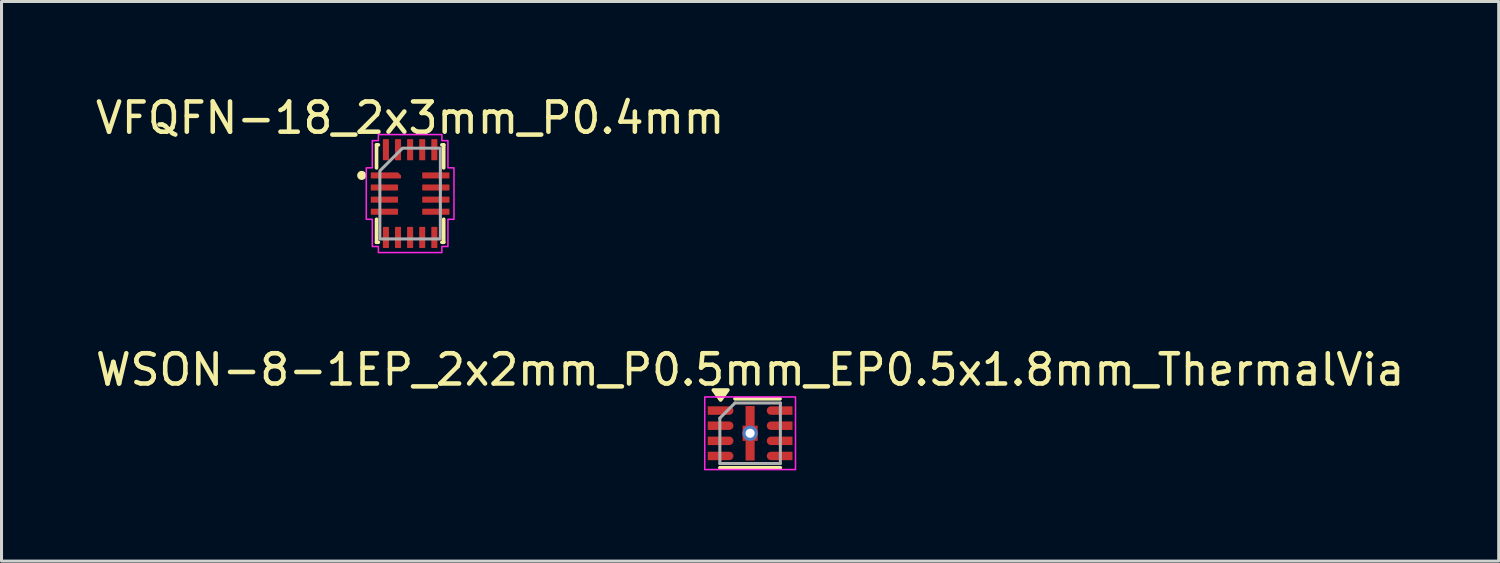
<source format=kicad_pcb>
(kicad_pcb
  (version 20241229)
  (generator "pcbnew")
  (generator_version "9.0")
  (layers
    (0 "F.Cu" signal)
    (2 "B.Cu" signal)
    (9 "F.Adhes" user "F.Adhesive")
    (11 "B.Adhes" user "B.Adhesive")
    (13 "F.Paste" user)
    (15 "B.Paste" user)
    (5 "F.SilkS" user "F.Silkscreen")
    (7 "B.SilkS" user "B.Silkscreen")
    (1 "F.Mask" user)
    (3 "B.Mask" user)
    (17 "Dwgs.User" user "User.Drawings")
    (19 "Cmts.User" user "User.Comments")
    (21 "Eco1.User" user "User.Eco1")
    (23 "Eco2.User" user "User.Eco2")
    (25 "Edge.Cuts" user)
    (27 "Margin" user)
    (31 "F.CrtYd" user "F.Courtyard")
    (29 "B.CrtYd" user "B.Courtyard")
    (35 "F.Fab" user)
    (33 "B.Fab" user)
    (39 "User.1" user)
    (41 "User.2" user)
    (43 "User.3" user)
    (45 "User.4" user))
  (footprint "VFQFN-18_2x3mm_P0.4mm"
    (layer "F.Cu")
    (at 10.506 3.348)
    (property "Reference" "VFQFN-18_2x3mm_P0.4mm" (at 0 -2.5 0) (layer "F.SilkS") (effects (font (size 1 1) (thickness 0.15))))
    (attr smd)
    (fp_line (start -1.11 -1.61) (end -1.05 -1.61) (stroke (width 0.12) (type solid)) (layer "F.SilkS"))
    (fp_line (start -1.11 -0.85) (end -1.11 -1.61) (stroke (width 0.12) (type solid)) (layer "F.SilkS"))
    (fp_line (start -1.11 0.85) (end -1.11 1.61) (stroke (width 0.12) (type solid)) (layer "F.SilkS"))
    (fp_line (start -1.11 1.61) (end -1.05 1.61) (stroke (width 0.12) (type solid)) (layer "F.SilkS"))
    (fp_line (start 1.05 1.61) (end 1.11 1.61) (stroke (width 0.12) (type solid)) (layer "F.SilkS"))
    (fp_line (start 1.11 -1.61) (end 1.05 -1.61) (stroke (width 0.12) (type solid)) (layer "F.SilkS"))
    (fp_line (start 1.11 -0.85) (end 1.11 -1.61) (stroke (width 0.12) (type solid)) (layer "F.SilkS"))
    (fp_line (start 1.11 1.61) (end 1.11 0.85) (stroke (width 0.12) (type solid)) (layer "F.SilkS"))
    (fp_circle (center -1.6 -0.6) (end -1.45 -0.6) (stroke (width 0) (type solid)) (fill yes) (layer "F.SilkS"))
    (fp_poly (pts (xy -1.25 -1.75) (xy -1.25 -0.85) (xy -1.45 -0.85) (xy -1.45 0.85) (xy -1.25 0.85) (xy -1.25 1.75) (xy -1.05 1.75) (xy -1.05 1.95) (xy 1.05 1.95) (xy 1.05 1.75) (xy 1.25 1.75) (xy 1.25 0.85) (xy 1.45 0.85) (xy 1.45 -0.85) (xy 1.25 -0.85) (xy 1.25 -1.75) (xy 1.05 -1.75) (xy 1.05 -1.95) (xy -1.05 -1.95) (xy -1.05 -1.75)) (stroke (width 0.05) (type solid)) (fill no) (layer "F.CrtYd"))
    (fp_poly (pts (xy -1 1.5) (xy 1 1.5) (xy 1 -1.5) (xy -0.25 -1.5) (xy -1 -0.75)) (stroke (width 0.1) (type solid)) (fill no) (layer "F.Fab"))
    (pad "1" smd roundrect (at -0.8 -0.6) (size 1 0.2) (layers "F.Cu" "F.Mask" "F.Paste") (roundrect_rratio 0.1) (chamfer_ratio 0.5) (chamfer top_right))
    (pad "2" smd roundrect (at -0.85 -0.2 180) (size 0.9 0.2) (layers "F.Cu" "F.Mask" "F.Paste") (roundrect_rratio 0.1))
    (pad "3" smd roundrect (at -0.85 0.2 180) (size 0.9 0.2) (layers "F.Cu" "F.Mask" "F.Paste") (roundrect_rratio 0.1))
    (pad "4" smd roundrect (at -0.85 0.6 180) (size 0.9 0.2) (layers "F.Cu" "F.Mask" "F.Paste") (roundrect_rratio 0.1))
    (pad "5" smd roundrect (at -0.8 1.45 270) (size 0.7 0.2) (layers "F.Cu" "F.Mask" "F.Paste") (roundrect_rratio 0.1))
    (pad "6" smd roundrect (at -0.4 1.45 270) (size 0.7 0.2) (layers "F.Cu" "F.Mask" "F.Paste") (roundrect_rratio 0.1))
    (pad "7" smd roundrect (at 0 1.45 270) (size 0.7 0.2) (layers "F.Cu" "F.Mask" "F.Paste") (roundrect_rratio 0.1))
    (pad "8" smd roundrect (at 0.4 1.45 270) (size 0.7 0.2) (layers "F.Cu" "F.Mask" "F.Paste") (roundrect_rratio 0.1))
    (pad "9" smd roundrect (at 0.8 1.45 270) (size 0.7 0.2) (layers "F.Cu" "F.Mask" "F.Paste") (roundrect_rratio 0.1))
    (pad "10" smd roundrect (at 0.85 0.6) (size 0.9 0.2) (layers "F.Cu" "F.Mask" "F.Paste") (roundrect_rratio 0.1))
    (pad "11" smd roundrect (at 0.85 0.2) (size 0.9 0.2) (layers "F.Cu" "F.Mask" "F.Paste") (roundrect_rratio 0.1))
    (pad "12" smd roundrect (at 0.85 -0.2) (size 0.9 0.2) (layers "F.Cu" "F.Mask" "F.Paste") (roundrect_rratio 0.1))
    (pad "13" smd roundrect (at 0.85 -0.6) (size 0.9 0.2) (layers "F.Cu" "F.Mask" "F.Paste") (roundrect_rratio 0.1))
    (pad "14" smd roundrect (at 0.8 -1.45 90) (size 0.7 0.2) (layers "F.Cu" "F.Mask" "F.Paste") (roundrect_rratio 0.1))
    (pad "15" smd roundrect (at 0.4 -1.45 90) (size 0.7 0.2) (layers "F.Cu" "F.Mask" "F.Paste") (roundrect_rratio 0.1))
    (pad "16" smd roundrect (at 0 -1.45 90) (size 0.7 0.2) (layers "F.Cu" "F.Mask" "F.Paste") (roundrect_rratio 0.1))
    (pad "17" smd roundrect (at -0.4 -1.45 90) (size 0.7 0.2) (layers "F.Cu" "F.Mask" "F.Paste") (roundrect_rratio 0.1))
    (pad "18" smd roundrect (at -0.8 -1.45 90) (size 0.7 0.2) (layers "F.Cu" "F.Mask" "F.Paste") (roundrect_rratio 0.1)))
  (footprint "WSON-8-1EP_2x2mm_P0.5mm_EP0.5x1.8mm_ThermalVia"
    (layer "F.Cu")
    (at 21.744 11.271)
    (property "Reference" "WSON-8-1EP_2x2mm_P0.5mm_EP0.5x1.8mm_ThermalVia" (at 0 -2.1 0) (layer "F.SilkS") (effects (font (size 1 1) (thickness 0.15))))
    (attr smd)
    (fp_line (start -1 1.14) (end 1 1.14) (stroke (width 0.12) (type solid)) (layer "F.SilkS"))
    (fp_line (start -0.5 -1.14) (end 0.99 -1.14) (stroke (width 0.12) (type solid)) (layer "F.SilkS"))
    (fp_poly (pts (xy -0.975 -1.1) (xy -1.215 -1.43) (xy -0.735 -1.43)) (stroke (width 0.12) (type solid)) (fill yes) (layer "F.SilkS"))
    (fp_rect (start -0.125 -0.85) (end 0.125 0.85) (stroke (width 0) (type solid)) (fill yes) (layer "F.Paste"))
    (fp_rect (start -1.5 -1.2) (end 1.5 1.2) (stroke (width 0.05) (type default)) (fill no) (layer "F.CrtYd"))
    (fp_line (start -1 1) (end -1 -0.5) (stroke (width 0.1) (type solid)) (layer "F.Fab"))
    (fp_line (start -0.5 -1) (end -1 -0.5) (stroke (width 0.1) (type solid)) (layer "F.Fab"))
    (fp_line (start -0.5 -1) (end 1 -1) (stroke (width 0.1) (type solid)) (layer "F.Fab"))
    (fp_line (start 1 -1) (end 1 1) (stroke (width 0.1) (type solid)) (layer "F.Fab"))
    (fp_line (start 1 1) (end -1 1) (stroke (width 0.1) (type solid)) (layer "F.Fab"))
    (pad "1" smd roundrect (at -0.975 -0.75) (size 0.85 0.28) (layers "F.Cu" "F.Mask" "F.Paste") (roundrect_rratio 0.5) (chamfer_ratio 0) (chamfer top_left bottom_left))
    (pad "2" smd roundrect (at -0.975 -0.25) (size 0.85 0.28) (layers "F.Cu" "F.Mask" "F.Paste") (roundrect_rratio 0.5) (chamfer_ratio 0) (chamfer top_left bottom_left))
    (pad "3" smd roundrect (at -0.975 0.25) (size 0.85 0.28) (layers "F.Cu" "F.Mask" "F.Paste") (roundrect_rratio 0.5) (chamfer_ratio 0) (chamfer top_left bottom_left))
    (pad "4" smd roundrect (at -0.975 0.75) (size 0.85 0.28) (layers "F.Cu" "F.Mask" "F.Paste") (roundrect_rratio 0.5) (chamfer_ratio 0) (chamfer top_left bottom_left))
    (pad "5" smd roundrect (at 0.975 0.75 180) (size 0.85 0.28) (layers "F.Cu" "F.Mask" "F.Paste") (roundrect_rratio 0.5) (chamfer_ratio 0) (chamfer top_left bottom_left))
    (pad "6" smd roundrect (at 0.975 0.25 180) (size 0.85 0.28) (layers "F.Cu" "F.Mask" "F.Paste") (roundrect_rratio 0.5) (chamfer_ratio 0) (chamfer top_left bottom_left))
    (pad "7" smd roundrect (at 0.975 -0.25 180) (size 0.85 0.28) (layers "F.Cu" "F.Mask" "F.Paste") (roundrect_rratio 0.5) (chamfer_ratio 0) (chamfer top_left bottom_left))
    (pad "8" smd roundrect (at 0.975 -0.75 180) (size 0.85 0.28) (layers "F.Cu" "F.Mask" "F.Paste") (roundrect_rratio 0.5) (chamfer_ratio 0) (chamfer top_left bottom_left))
    (pad "9" thru_hole circle (at 0 0) (size 0.5 0.5) (drill 0.3) (layers "*.Cu" "*.Mask"))
    (pad "9" smd custom (at 0 0) (size 0.5 0.5) (layers "F.Cu" "F.Mask") (options (anchor rect)) (primitives (gr_rect (start -0.15 -0.9) (end 0.15 0.9) (width 0) (fill yes)))))
  (gr_rect
    (start -3 -3)
    (end 46.488 15.496)
    (stroke (width 0.1) (type default))
    (fill no)
    (layer "Edge.Cuts")))
</source>
